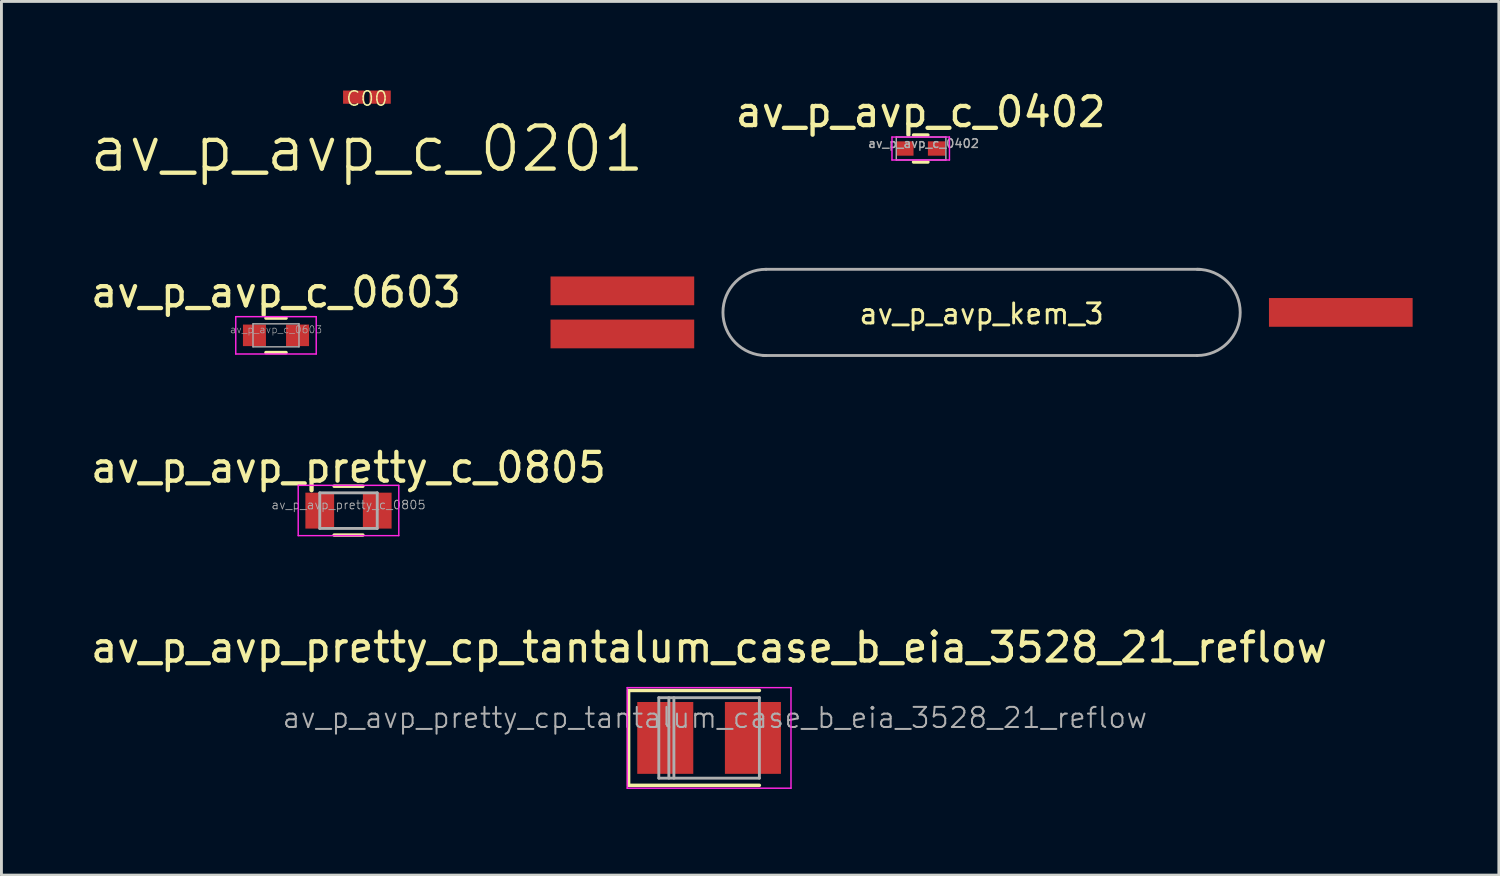
<source format=kicad_pcb>
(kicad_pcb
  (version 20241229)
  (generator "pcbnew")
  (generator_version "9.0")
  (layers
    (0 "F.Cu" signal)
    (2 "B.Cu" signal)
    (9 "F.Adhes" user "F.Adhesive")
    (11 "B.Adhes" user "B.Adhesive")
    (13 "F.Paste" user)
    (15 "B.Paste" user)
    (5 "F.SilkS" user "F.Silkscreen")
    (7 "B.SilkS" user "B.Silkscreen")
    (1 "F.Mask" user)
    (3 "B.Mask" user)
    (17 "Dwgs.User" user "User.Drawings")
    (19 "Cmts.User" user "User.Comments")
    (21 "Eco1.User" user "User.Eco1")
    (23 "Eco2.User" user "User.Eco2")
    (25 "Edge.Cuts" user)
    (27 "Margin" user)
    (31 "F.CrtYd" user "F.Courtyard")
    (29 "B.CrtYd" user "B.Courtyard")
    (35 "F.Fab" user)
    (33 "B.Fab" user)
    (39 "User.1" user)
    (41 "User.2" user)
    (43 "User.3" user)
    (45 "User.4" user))
  (footprint "av_p_avp_c_0603"
    (layer "F.Cu")
    (at 6.554 8.619)
    (property "Reference" "av_p_avp_c_0603" (at 0 -1.5 0) (layer "F.SilkS") (effects (font (size 1 1) (thickness 0.15))))
    (property "Value" "${VALUE}" (at 0 0.2 0) (layer "F.Fab") (hide yes) (effects (font (size 0.25 0.25) (thickness 0.02))))
    (attr smd)
    (fp_line (start -0.35 -0.6) (end 0.35 -0.6) (stroke (width 0.12) (type solid)) (layer "F.SilkS"))
    (fp_line (start 0.35 0.6) (end -0.35 0.6) (stroke (width 0.12) (type solid)) (layer "F.SilkS"))
    (fp_line (start -1.4 -0.65) (end -1.4 0.65) (stroke (width 0.05) (type solid)) (layer "F.CrtYd"))
    (fp_line (start -1.4 -0.65) (end 1.4 -0.65) (stroke (width 0.05) (type solid)) (layer "F.CrtYd"))
    (fp_line (start 1.4 0.65) (end -1.4 0.65) (stroke (width 0.05) (type solid)) (layer "F.CrtYd"))
    (fp_line (start 1.4 0.65) (end 1.4 -0.65) (stroke (width 0.05) (type solid)) (layer "F.CrtYd"))
    (fp_line (start -0.8 -0.4) (end 0.8 -0.4) (stroke (width 0.05) (type solid)) (layer "F.Fab"))
    (fp_line (start -0.8 0.4) (end -0.8 -0.4) (stroke (width 0.05) (type solid)) (layer "F.Fab"))
    (fp_line (start 0.8 -0.4) (end 0.8 0.4) (stroke (width 0.05) (type solid)) (layer "F.Fab"))
    (fp_line (start 0.8 0.4) (end -0.8 0.4) (stroke (width 0.05) (type solid)) (layer "F.Fab"))
    (fp_text user "${REFERENCE}" (at 0 -0.2 0) (layer "F.Fab") (effects (font (size 0.25 0.25) (thickness 0.02))))
    (pad "1" smd rect (at -0.75 0) (size 0.8 0.75) (layers "F.Cu" "F.Mask" "F.Paste"))
    (pad "2" smd rect (at 0.75 0) (size 0.8 0.75) (layers "F.Cu" "F.Mask" "F.Paste")))
  (footprint "av_p_avp_pretty_cp_tantalum_case_b_eia_3528_21_reflow"
    (layer "F.Cu")
    (at 21.625 22.628)
    (property "Reference" "av_p_avp_pretty_cp_tantalum_case_b_eia_3528_21_reflow" (at 0 -3.15 0) (layer "F.SilkS") (effects (font (size 1 1) (thickness 0.15))))
    (property "Value" "${VALUE}" (at 0 0.5 0) (layer "F.Fab") (hide yes) (effects (font (size 0.7 0.7) (thickness 0.07))))
    (attr smd)
    (fp_line (start -2.8 -1.65) (end -2.8 1.65) (stroke (width 0.12) (type solid)) (layer "F.SilkS"))
    (fp_line (start -2.8 -1.65) (end 1.75 -1.65) (stroke (width 0.12) (type solid)) (layer "F.SilkS"))
    (fp_line (start -2.8 1.65) (end 1.75 1.65) (stroke (width 0.12) (type solid)) (layer "F.SilkS"))
    (fp_line (start -2.85 -1.75) (end -2.85 1.75) (stroke (width 0.05) (type solid)) (layer "F.CrtYd"))
    (fp_line (start -2.85 1.75) (end 2.85 1.75) (stroke (width 0.05) (type solid)) (layer "F.CrtYd"))
    (fp_line (start 2.85 -1.75) (end -2.85 -1.75) (stroke (width 0.05) (type solid)) (layer "F.CrtYd"))
    (fp_line (start 2.85 1.75) (end 2.85 -1.75) (stroke (width 0.05) (type solid)) (layer "F.CrtYd"))
    (fp_line (start -1.75 -1.4) (end -1.75 1.4) (stroke (width 0.1) (type solid)) (layer "F.Fab"))
    (fp_line (start -1.75 1.4) (end 1.75 1.4) (stroke (width 0.1) (type solid)) (layer "F.Fab"))
    (fp_line (start -1.4 -1.4) (end -1.4 1.4) (stroke (width 0.1) (type solid)) (layer "F.Fab"))
    (fp_line (start -1.225 -1.4) (end -1.225 1.4) (stroke (width 0.1) (type solid)) (layer "F.Fab"))
    (fp_line (start 1.75 -1.4) (end -1.75 -1.4) (stroke (width 0.1) (type solid)) (layer "F.Fab"))
    (fp_line (start 1.75 1.4) (end 1.75 -1.4) (stroke (width 0.1) (type solid)) (layer "F.Fab"))
    (fp_text user "${REFERENCE}" (at 0.2 -0.7 0) (layer "F.Fab") (effects (font (size 0.7 0.7) (thickness 0.07))))
    (pad "1" smd rect (at -1.525 0) (size 1.95 2.5) (layers "F.Cu" "F.Mask" "F.Paste"))
    (pad "2" smd rect (at 1.525 0) (size 1.95 2.5) (layers "F.Cu" "F.Mask" "F.Paste")))
  (footprint "av_p_avp_pretty_c_0805"
    (layer "F.Cu")
    (at 9.077 14.719)
    (property "Reference" "av_p_avp_pretty_c_0805" (at 0 -1.5 0) (layer "F.SilkS") (effects (font (size 1 1) (thickness 0.15))))
    (attr smd)
    (fp_line (start -0.5 0.85) (end 0.5 0.85) (stroke (width 0.12) (type solid)) (layer "F.SilkS"))
    (fp_line (start 0.5 -0.85) (end -0.5 -0.85) (stroke (width 0.12) (type solid)) (layer "F.SilkS"))
    (fp_line (start -1.75 -0.88) (end -1.75 0.87) (stroke (width 0.05) (type solid)) (layer "F.CrtYd"))
    (fp_line (start -1.75 -0.88) (end 1.75 -0.88) (stroke (width 0.05) (type solid)) (layer "F.CrtYd"))
    (fp_line (start 1.75 0.87) (end -1.75 0.87) (stroke (width 0.05) (type solid)) (layer "F.CrtYd"))
    (fp_line (start 1.75 0.87) (end 1.75 -0.88) (stroke (width 0.05) (type solid)) (layer "F.CrtYd"))
    (fp_line (start -1 -0.62) (end 1 -0.62) (stroke (width 0.1) (type solid)) (layer "F.Fab"))
    (fp_line (start -1 0.62) (end -1 -0.62) (stroke (width 0.1) (type solid)) (layer "F.Fab"))
    (fp_line (start 1 -0.62) (end 1 0.62) (stroke (width 0.1) (type solid)) (layer "F.Fab"))
    (fp_line (start 1 0.62) (end -1 0.62) (stroke (width 0.1) (type solid)) (layer "F.Fab"))
    (fp_text user "${REFERENCE}" (at 0 -0.2 0) (layer "F.Fab") (effects (font (size 0.3 0.3) (thickness 0.03))))
    (pad "1" smd rect (at -1 0) (size 1 1.25) (layers "F.Cu" "F.Mask" "F.Paste"))
    (pad "2" smd rect (at 1 0) (size 1 1.25) (layers "F.Cu" "F.Mask" "F.Paste")))
  (footprint "av_p_avp_kem_3"
    (layer "F.Cu")
    (at 31.107 7.821)
    (property "Reference" "av_p_avp_kem_3" (at 0 0.05 0) (layer "F.SilkS") (effects (font (size 0.7 0.7) (thickness 0.1))))
    (attr through_hole)
    (fp_line (start -7.5 -1.5) (end 7.6 -1.5) (stroke (width 0.1) (type solid)) (layer "F.Fab"))
    (fp_line (start 7.5 1.5) (end -7.6 1.5) (stroke (width 0.1) (type solid)) (layer "F.Fab"))
    (fp_arc (start -7.5 1.5) (mid -9 0) (end -7.5 -1.5) (stroke (width 0.1) (type solid)) (layer "F.Fab"))
    (fp_arc (start 7.5 -1.5) (mid 9 0) (end 7.5 1.5) (stroke (width 0.1) (type solid)) (layer "F.Fab"))
    (pad "1" smd rect (at -12.5 -0.75) (size 5 1) (layers "F.Cu" "F.Mask"))
    (pad "2" smd rect (at -12.5 0.75) (size 5 1) (layers "F.Cu" "F.Mask"))
    (pad "3" smd rect (at 12.5 0) (size 5 1) (layers "F.Cu" "F.Mask")))
  (footprint "av_p_avp_c_0201"
    (layer "F.Cu")
    (at 9.718 0.33)
    (property "Reference" "av_p_avp_c_0201" (at 0 1.8 0) (layer "F.SilkS") (effects (font (size 1.5 1.5) (thickness 0.15))))
    (attr through_hole)
    (fp_text user "C00" (at 0 0.05 0) (layer "F.SilkS") (effects (font (size 0.5 0.5) (thickness 0.05))))
    (pad "1" smd rect (at 0.46 0) (size 0.74 0.46) (layers "F.Cu" "F.Mask" "F.Paste"))
    (pad "2" smd rect (at -0.46 0) (size 0.74 0.46) (layers "F.Cu" "F.Mask" "F.Paste")))
  (footprint "av_p_avp_c_0402"
    (layer "F.Cu")
    (at 28.989 2.118)
    (property "Reference" "av_p_avp_c_0402" (at 0 -1.27 0) (layer "F.SilkS") (effects (font (size 1 1) (thickness 0.15))))
    (attr smd)
    (fp_line (start -0.25 0.47) (end 0.25 0.47) (stroke (width 0.12) (type solid)) (layer "F.SilkS"))
    (fp_line (start 0.25 -0.47) (end -0.25 -0.47) (stroke (width 0.12) (type solid)) (layer "F.SilkS"))
    (fp_line (start -1 -0.4) (end -1 0.4) (stroke (width 0.05) (type solid)) (layer "F.CrtYd"))
    (fp_line (start -1 -0.4) (end 1 -0.4) (stroke (width 0.05) (type solid)) (layer "F.CrtYd"))
    (fp_line (start 1 0.4) (end -1 0.4) (stroke (width 0.05) (type solid)) (layer "F.CrtYd"))
    (fp_line (start 1 0.4) (end 1 -0.4) (stroke (width 0.05) (type solid)) (layer "F.CrtYd"))
    (fp_line (start -0.85 -0.4) (end 0.875 -0.4) (stroke (width 0.05) (type solid)) (layer "F.Fab"))
    (fp_line (start -0.85 0.4) (end -0.85 -0.4) (stroke (width 0.05) (type solid)) (layer "F.Fab"))
    (fp_line (start 0.875 -0.4) (end 0.875 0.4) (stroke (width 0.05) (type solid)) (layer "F.Fab"))
    (fp_line (start 0.875 0.4) (end -0.85 0.4) (stroke (width 0.05) (type solid)) (layer "F.Fab"))
    (fp_text user "${REFERENCE}" (at 0.1 -0.175 0) (layer "F.Fab") (effects (font (size 0.3 0.3) (thickness 0.05))))
    (pad "1" smd rect (at -0.55 0) (size 0.6 0.5) (layers "F.Cu" "F.Mask" "F.Paste"))
    (pad "2" smd rect (at 0.55 0) (size 0.6 0.5) (layers "F.Cu" "F.Mask" "F.Paste")))
  (gr_rect
    (start -3 -3)
    (end 49.107 27.402)
    (stroke (width 0.1) (type default))
    (fill no)
    (layer "Edge.Cuts")))
</source>
